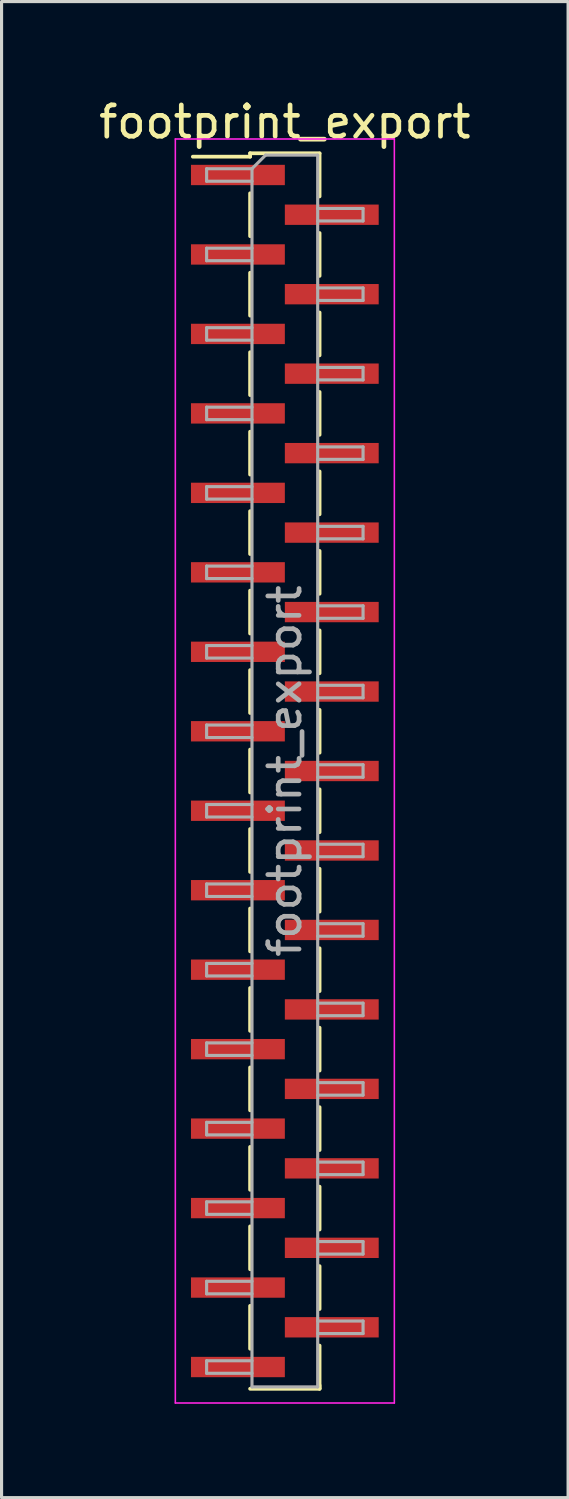
<source format=kicad_pcb>
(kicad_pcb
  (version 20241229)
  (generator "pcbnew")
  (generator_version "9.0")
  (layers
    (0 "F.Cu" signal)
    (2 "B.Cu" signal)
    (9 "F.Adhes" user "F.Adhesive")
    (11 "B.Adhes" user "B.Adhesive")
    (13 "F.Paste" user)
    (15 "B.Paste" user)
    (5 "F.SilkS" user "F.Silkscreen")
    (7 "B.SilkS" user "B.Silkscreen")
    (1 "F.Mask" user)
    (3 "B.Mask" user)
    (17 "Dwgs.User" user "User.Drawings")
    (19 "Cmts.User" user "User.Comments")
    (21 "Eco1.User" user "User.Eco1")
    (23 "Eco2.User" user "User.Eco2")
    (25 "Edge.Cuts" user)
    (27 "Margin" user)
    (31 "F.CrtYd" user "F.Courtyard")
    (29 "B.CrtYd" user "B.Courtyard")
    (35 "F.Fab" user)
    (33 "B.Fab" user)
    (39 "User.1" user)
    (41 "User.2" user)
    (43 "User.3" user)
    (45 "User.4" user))
  (footprint "footprint_export"
    (layer "F.Cu")
    (at 6.054 21.593)
    (property "Reference" "footprint_export" (at 0 -20.745 0) (layer "F.SilkS") (effects (font (size 1 1) (thickness 0.15))))
    (attr smd)
    (fp_line (start -1.11 -19.745) (end -1.11 -19.635) (stroke (width 0.12) (type solid)) (layer "F.SilkS"))
    (fp_line (start -1.11 -19.745) (end 1.11 -19.745) (stroke (width 0.12) (type solid)) (layer "F.SilkS"))
    (fp_line (start -1.11 -19.635) (end -2.94 -19.635) (stroke (width 0.12) (type solid)) (layer "F.SilkS"))
    (fp_line (start -1.11 -18.465) (end -1.11 -17.095) (stroke (width 0.12) (type solid)) (layer "F.SilkS"))
    (fp_line (start -1.11 -15.925) (end -1.11 -14.555) (stroke (width 0.12) (type solid)) (layer "F.SilkS"))
    (fp_line (start -1.11 -13.385) (end -1.11 -12.015) (stroke (width 0.12) (type solid)) (layer "F.SilkS"))
    (fp_line (start -1.11 -10.845) (end -1.11 -9.475) (stroke (width 0.12) (type solid)) (layer "F.SilkS"))
    (fp_line (start -1.11 -8.305) (end -1.11 -6.935) (stroke (width 0.12) (type solid)) (layer "F.SilkS"))
    (fp_line (start -1.11 -5.765) (end -1.11 -4.395) (stroke (width 0.12) (type solid)) (layer "F.SilkS"))
    (fp_line (start -1.11 -3.225) (end -1.11 -1.855) (stroke (width 0.12) (type solid)) (layer "F.SilkS"))
    (fp_line (start -1.11 -0.685) (end -1.11 0.685) (stroke (width 0.12) (type solid)) (layer "F.SilkS"))
    (fp_line (start -1.11 1.855) (end -1.11 3.225) (stroke (width 0.12) (type solid)) (layer "F.SilkS"))
    (fp_line (start -1.11 4.395) (end -1.11 5.765) (stroke (width 0.12) (type solid)) (layer "F.SilkS"))
    (fp_line (start -1.11 6.935) (end -1.11 8.305) (stroke (width 0.12) (type solid)) (layer "F.SilkS"))
    (fp_line (start -1.11 9.475) (end -1.11 10.845) (stroke (width 0.12) (type solid)) (layer "F.SilkS"))
    (fp_line (start -1.11 12.015) (end -1.11 13.385) (stroke (width 0.12) (type solid)) (layer "F.SilkS"))
    (fp_line (start -1.11 14.555) (end -1.11 15.925) (stroke (width 0.12) (type solid)) (layer "F.SilkS"))
    (fp_line (start -1.11 17.095) (end -1.11 18.465) (stroke (width 0.12) (type solid)) (layer "F.SilkS"))
    (fp_line (start -1.11 19.745) (end 1.11 19.745) (stroke (width 0.12) (type solid)) (layer "F.SilkS"))
    (fp_line (start 1.11 -19.735) (end 1.11 -18.365) (stroke (width 0.12) (type solid)) (layer "F.SilkS"))
    (fp_line (start 1.11 -17.195) (end 1.11 -15.825) (stroke (width 0.12) (type solid)) (layer "F.SilkS"))
    (fp_line (start 1.11 -14.655) (end 1.11 -13.285) (stroke (width 0.12) (type solid)) (layer "F.SilkS"))
    (fp_line (start 1.11 -12.115) (end 1.11 -10.745) (stroke (width 0.12) (type solid)) (layer "F.SilkS"))
    (fp_line (start 1.11 -9.575) (end 1.11 -8.205) (stroke (width 0.12) (type solid)) (layer "F.SilkS"))
    (fp_line (start 1.11 -7.035) (end 1.11 -5.665) (stroke (width 0.12) (type solid)) (layer "F.SilkS"))
    (fp_line (start 1.11 -4.495) (end 1.11 -3.125) (stroke (width 0.12) (type solid)) (layer "F.SilkS"))
    (fp_line (start 1.11 -1.955) (end 1.11 -0.585) (stroke (width 0.12) (type solid)) (layer "F.SilkS"))
    (fp_line (start 1.11 0.585) (end 1.11 1.955) (stroke (width 0.12) (type solid)) (layer "F.SilkS"))
    (fp_line (start 1.11 3.125) (end 1.11 4.495) (stroke (width 0.12) (type solid)) (layer "F.SilkS"))
    (fp_line (start 1.11 5.665) (end 1.11 7.035) (stroke (width 0.12) (type solid)) (layer "F.SilkS"))
    (fp_line (start 1.11 8.205) (end 1.11 9.575) (stroke (width 0.12) (type solid)) (layer "F.SilkS"))
    (fp_line (start 1.11 10.745) (end 1.11 12.115) (stroke (width 0.12) (type solid)) (layer "F.SilkS"))
    (fp_line (start 1.11 13.285) (end 1.11 14.655) (stroke (width 0.12) (type solid)) (layer "F.SilkS"))
    (fp_line (start 1.11 15.825) (end 1.11 17.195) (stroke (width 0.12) (type solid)) (layer "F.SilkS"))
    (fp_line (start 1.11 18.365) (end 1.11 19.735) (stroke (width 0.12) (type solid)) (layer "F.SilkS"))
    (fp_line (start 1.11 19.635) (end 1.11 19.745) (stroke (width 0.12) (type solid)) (layer "F.SilkS"))
    (fp_line (start -3.5 -20.2) (end -3.5 20.2) (stroke (width 0.05) (type solid)) (layer "F.CrtYd"))
    (fp_line (start -3.5 20.2) (end 3.5 20.2) (stroke (width 0.05) (type solid)) (layer "F.CrtYd"))
    (fp_line (start 3.5 -20.2) (end -3.5 -20.2) (stroke (width 0.05) (type solid)) (layer "F.CrtYd"))
    (fp_line (start 3.5 20.2) (end 3.5 -20.2) (stroke (width 0.05) (type solid)) (layer "F.CrtYd"))
    (fp_line (start -2.5 -19.25) (end -2.5 -18.85) (stroke (width 0.1) (type solid)) (layer "F.Fab"))
    (fp_line (start -2.5 -18.85) (end -1.05 -18.85) (stroke (width 0.1) (type solid)) (layer "F.Fab"))
    (fp_line (start -2.5 -16.71) (end -2.5 -16.31) (stroke (width 0.1) (type solid)) (layer "F.Fab"))
    (fp_line (start -2.5 -16.31) (end -1.05 -16.31) (stroke (width 0.1) (type solid)) (layer "F.Fab"))
    (fp_line (start -2.5 -14.17) (end -2.5 -13.77) (stroke (width 0.1) (type solid)) (layer "F.Fab"))
    (fp_line (start -2.5 -13.77) (end -1.05 -13.77) (stroke (width 0.1) (type solid)) (layer "F.Fab"))
    (fp_line (start -2.5 -11.63) (end -2.5 -11.23) (stroke (width 0.1) (type solid)) (layer "F.Fab"))
    (fp_line (start -2.5 -11.23) (end -1.05 -11.23) (stroke (width 0.1) (type solid)) (layer "F.Fab"))
    (fp_line (start -2.5 -9.09) (end -2.5 -8.69) (stroke (width 0.1) (type solid)) (layer "F.Fab"))
    (fp_line (start -2.5 -8.69) (end -1.05 -8.69) (stroke (width 0.1) (type solid)) (layer "F.Fab"))
    (fp_line (start -2.5 -6.55) (end -2.5 -6.15) (stroke (width 0.1) (type solid)) (layer "F.Fab"))
    (fp_line (start -2.5 -6.15) (end -1.05 -6.15) (stroke (width 0.1) (type solid)) (layer "F.Fab"))
    (fp_line (start -2.5 -4.01) (end -2.5 -3.61) (stroke (width 0.1) (type solid)) (layer "F.Fab"))
    (fp_line (start -2.5 -3.61) (end -1.05 -3.61) (stroke (width 0.1) (type solid)) (layer "F.Fab"))
    (fp_line (start -2.5 -1.47) (end -2.5 -1.07) (stroke (width 0.1) (type solid)) (layer "F.Fab"))
    (fp_line (start -2.5 -1.07) (end -1.05 -1.07) (stroke (width 0.1) (type solid)) (layer "F.Fab"))
    (fp_line (start -2.5 1.07) (end -2.5 1.47) (stroke (width 0.1) (type solid)) (layer "F.Fab"))
    (fp_line (start -2.5 1.47) (end -1.05 1.47) (stroke (width 0.1) (type solid)) (layer "F.Fab"))
    (fp_line (start -2.5 3.61) (end -2.5 4.01) (stroke (width 0.1) (type solid)) (layer "F.Fab"))
    (fp_line (start -2.5 4.01) (end -1.05 4.01) (stroke (width 0.1) (type solid)) (layer "F.Fab"))
    (fp_line (start -2.5 6.15) (end -2.5 6.55) (stroke (width 0.1) (type solid)) (layer "F.Fab"))
    (fp_line (start -2.5 6.55) (end -1.05 6.55) (stroke (width 0.1) (type solid)) (layer "F.Fab"))
    (fp_line (start -2.5 8.69) (end -2.5 9.09) (stroke (width 0.1) (type solid)) (layer "F.Fab"))
    (fp_line (start -2.5 9.09) (end -1.05 9.09) (stroke (width 0.1) (type solid)) (layer "F.Fab"))
    (fp_line (start -2.5 11.23) (end -2.5 11.63) (stroke (width 0.1) (type solid)) (layer "F.Fab"))
    (fp_line (start -2.5 11.63) (end -1.05 11.63) (stroke (width 0.1) (type solid)) (layer "F.Fab"))
    (fp_line (start -2.5 13.77) (end -2.5 14.17) (stroke (width 0.1) (type solid)) (layer "F.Fab"))
    (fp_line (start -2.5 14.17) (end -1.05 14.17) (stroke (width 0.1) (type solid)) (layer "F.Fab"))
    (fp_line (start -2.5 16.31) (end -2.5 16.71) (stroke (width 0.1) (type solid)) (layer "F.Fab"))
    (fp_line (start -2.5 16.71) (end -1.05 16.71) (stroke (width 0.1) (type solid)) (layer "F.Fab"))
    (fp_line (start -2.5 18.85) (end -2.5 19.25) (stroke (width 0.1) (type solid)) (layer "F.Fab"))
    (fp_line (start -2.5 19.25) (end -1.05 19.25) (stroke (width 0.1) (type solid)) (layer "F.Fab"))
    (fp_line (start -1.05 -19.25) (end -2.5 -19.25) (stroke (width 0.1) (type solid)) (layer "F.Fab"))
    (fp_line (start -1.05 -19.25) (end -0.615 -19.685) (stroke (width 0.1) (type solid)) (layer "F.Fab"))
    (fp_line (start -1.05 -16.71) (end -2.5 -16.71) (stroke (width 0.1) (type solid)) (layer "F.Fab"))
    (fp_line (start -1.05 -14.17) (end -2.5 -14.17) (stroke (width 0.1) (type solid)) (layer "F.Fab"))
    (fp_line (start -1.05 -11.63) (end -2.5 -11.63) (stroke (width 0.1) (type solid)) (layer "F.Fab"))
    (fp_line (start -1.05 -9.09) (end -2.5 -9.09) (stroke (width 0.1) (type solid)) (layer "F.Fab"))
    (fp_line (start -1.05 -6.55) (end -2.5 -6.55) (stroke (width 0.1) (type solid)) (layer "F.Fab"))
    (fp_line (start -1.05 -4.01) (end -2.5 -4.01) (stroke (width 0.1) (type solid)) (layer "F.Fab"))
    (fp_line (start -1.05 -1.47) (end -2.5 -1.47) (stroke (width 0.1) (type solid)) (layer "F.Fab"))
    (fp_line (start -1.05 1.07) (end -2.5 1.07) (stroke (width 0.1) (type solid)) (layer "F.Fab"))
    (fp_line (start -1.05 3.61) (end -2.5 3.61) (stroke (width 0.1) (type solid)) (layer "F.Fab"))
    (fp_line (start -1.05 6.15) (end -2.5 6.15) (stroke (width 0.1) (type solid)) (layer "F.Fab"))
    (fp_line (start -1.05 8.69) (end -2.5 8.69) (stroke (width 0.1) (type solid)) (layer "F.Fab"))
    (fp_line (start -1.05 11.23) (end -2.5 11.23) (stroke (width 0.1) (type solid)) (layer "F.Fab"))
    (fp_line (start -1.05 13.77) (end -2.5 13.77) (stroke (width 0.1) (type solid)) (layer "F.Fab"))
    (fp_line (start -1.05 16.31) (end -2.5 16.31) (stroke (width 0.1) (type solid)) (layer "F.Fab"))
    (fp_line (start -1.05 18.85) (end -2.5 18.85) (stroke (width 0.1) (type solid)) (layer "F.Fab"))
    (fp_line (start -1.05 19.685) (end -1.05 -19.25) (stroke (width 0.1) (type solid)) (layer "F.Fab"))
    (fp_line (start -0.615 -19.685) (end 1.05 -19.685) (stroke (width 0.1) (type solid)) (layer "F.Fab"))
    (fp_line (start 1.05 -19.685) (end 1.05 19.685) (stroke (width 0.1) (type solid)) (layer "F.Fab"))
    (fp_line (start 1.05 -17.98) (end 2.5 -17.98) (stroke (width 0.1) (type solid)) (layer "F.Fab"))
    (fp_line (start 1.05 -15.44) (end 2.5 -15.44) (stroke (width 0.1) (type solid)) (layer "F.Fab"))
    (fp_line (start 1.05 -12.9) (end 2.5 -12.9) (stroke (width 0.1) (type solid)) (layer "F.Fab"))
    (fp_line (start 1.05 -10.36) (end 2.5 -10.36) (stroke (width 0.1) (type solid)) (layer "F.Fab"))
    (fp_line (start 1.05 -7.82) (end 2.5 -7.82) (stroke (width 0.1) (type solid)) (layer "F.Fab"))
    (fp_line (start 1.05 -5.28) (end 2.5 -5.28) (stroke (width 0.1) (type solid)) (layer "F.Fab"))
    (fp_line (start 1.05 -2.74) (end 2.5 -2.74) (stroke (width 0.1) (type solid)) (layer "F.Fab"))
    (fp_line (start 1.05 -0.2) (end 2.5 -0.2) (stroke (width 0.1) (type solid)) (layer "F.Fab"))
    (fp_line (start 1.05 2.34) (end 2.5 2.34) (stroke (width 0.1) (type solid)) (layer "F.Fab"))
    (fp_line (start 1.05 4.88) (end 2.5 4.88) (stroke (width 0.1) (type solid)) (layer "F.Fab"))
    (fp_line (start 1.05 7.42) (end 2.5 7.42) (stroke (width 0.1) (type solid)) (layer "F.Fab"))
    (fp_line (start 1.05 9.96) (end 2.5 9.96) (stroke (width 0.1) (type solid)) (layer "F.Fab"))
    (fp_line (start 1.05 12.5) (end 2.5 12.5) (stroke (width 0.1) (type solid)) (layer "F.Fab"))
    (fp_line (start 1.05 15.04) (end 2.5 15.04) (stroke (width 0.1) (type solid)) (layer "F.Fab"))
    (fp_line (start 1.05 17.58) (end 2.5 17.58) (stroke (width 0.1) (type solid)) (layer "F.Fab"))
    (fp_line (start 1.05 19.685) (end -1.05 19.685) (stroke (width 0.1) (type solid)) (layer "F.Fab"))
    (fp_line (start 2.5 -17.98) (end 2.5 -17.58) (stroke (width 0.1) (type solid)) (layer "F.Fab"))
    (fp_line (start 2.5 -17.58) (end 1.05 -17.58) (stroke (width 0.1) (type solid)) (layer "F.Fab"))
    (fp_line (start 2.5 -15.44) (end 2.5 -15.04) (stroke (width 0.1) (type solid)) (layer "F.Fab"))
    (fp_line (start 2.5 -15.04) (end 1.05 -15.04) (stroke (width 0.1) (type solid)) (layer "F.Fab"))
    (fp_line (start 2.5 -12.9) (end 2.5 -12.5) (stroke (width 0.1) (type solid)) (layer "F.Fab"))
    (fp_line (start 2.5 -12.5) (end 1.05 -12.5) (stroke (width 0.1) (type solid)) (layer "F.Fab"))
    (fp_line (start 2.5 -10.36) (end 2.5 -9.96) (stroke (width 0.1) (type solid)) (layer "F.Fab"))
    (fp_line (start 2.5 -9.96) (end 1.05 -9.96) (stroke (width 0.1) (type solid)) (layer "F.Fab"))
    (fp_line (start 2.5 -7.82) (end 2.5 -7.42) (stroke (width 0.1) (type solid)) (layer "F.Fab"))
    (fp_line (start 2.5 -7.42) (end 1.05 -7.42) (stroke (width 0.1) (type solid)) (layer "F.Fab"))
    (fp_line (start 2.5 -5.28) (end 2.5 -4.88) (stroke (width 0.1) (type solid)) (layer "F.Fab"))
    (fp_line (start 2.5 -4.88) (end 1.05 -4.88) (stroke (width 0.1) (type solid)) (layer "F.Fab"))
    (fp_line (start 2.5 -2.74) (end 2.5 -2.34) (stroke (width 0.1) (type solid)) (layer "F.Fab"))
    (fp_line (start 2.5 -2.34) (end 1.05 -2.34) (stroke (width 0.1) (type solid)) (layer "F.Fab"))
    (fp_line (start 2.5 -0.2) (end 2.5 0.2) (stroke (width 0.1) (type solid)) (layer "F.Fab"))
    (fp_line (start 2.5 0.2) (end 1.05 0.2) (stroke (width 0.1) (type solid)) (layer "F.Fab"))
    (fp_line (start 2.5 2.34) (end 2.5 2.74) (stroke (width 0.1) (type solid)) (layer "F.Fab"))
    (fp_line (start 2.5 2.74) (end 1.05 2.74) (stroke (width 0.1) (type solid)) (layer "F.Fab"))
    (fp_line (start 2.5 4.88) (end 2.5 5.28) (stroke (width 0.1) (type solid)) (layer "F.Fab"))
    (fp_line (start 2.5 5.28) (end 1.05 5.28) (stroke (width 0.1) (type solid)) (layer "F.Fab"))
    (fp_line (start 2.5 7.42) (end 2.5 7.82) (stroke (width 0.1) (type solid)) (layer "F.Fab"))
    (fp_line (start 2.5 7.82) (end 1.05 7.82) (stroke (width 0.1) (type solid)) (layer "F.Fab"))
    (fp_line (start 2.5 9.96) (end 2.5 10.36) (stroke (width 0.1) (type solid)) (layer "F.Fab"))
    (fp_line (start 2.5 10.36) (end 1.05 10.36) (stroke (width 0.1) (type solid)) (layer "F.Fab"))
    (fp_line (start 2.5 12.5) (end 2.5 12.9) (stroke (width 0.1) (type solid)) (layer "F.Fab"))
    (fp_line (start 2.5 12.9) (end 1.05 12.9) (stroke (width 0.1) (type solid)) (layer "F.Fab"))
    (fp_line (start 2.5 15.04) (end 2.5 15.44) (stroke (width 0.1) (type solid)) (layer "F.Fab"))
    (fp_line (start 2.5 15.44) (end 1.05 15.44) (stroke (width 0.1) (type solid)) (layer "F.Fab"))
    (fp_line (start 2.5 17.58) (end 2.5 17.98) (stroke (width 0.1) (type solid)) (layer "F.Fab"))
    (fp_line (start 2.5 17.98) (end 1.05 17.98) (stroke (width 0.1) (type solid)) (layer "F.Fab"))
    (fp_text user "${REFERENCE}" (at 0 0 90) (layer "F.Fab") (effects (font (size 1 1) (thickness 0.15))))
    (pad "1" smd rect (at -1.5 -19.05) (size 3 0.65) (layers "F.Cu" "F.Mask" "F.Paste"))
    (pad "2" smd rect (at 1.5 -17.78) (size 3 0.65) (layers "F.Cu" "F.Mask" "F.Paste"))
    (pad "3" smd rect (at -1.5 -16.51) (size 3 0.65) (layers "F.Cu" "F.Mask" "F.Paste"))
    (pad "4" smd rect (at 1.5 -15.24) (size 3 0.65) (layers "F.Cu" "F.Mask" "F.Paste"))
    (pad "5" smd rect (at -1.5 -13.97) (size 3 0.65) (layers "F.Cu" "F.Mask" "F.Paste"))
    (pad "6" smd rect (at 1.5 -12.7) (size 3 0.65) (layers "F.Cu" "F.Mask" "F.Paste"))
    (pad "7" smd rect (at -1.5 -11.43) (size 3 0.65) (layers "F.Cu" "F.Mask" "F.Paste"))
    (pad "8" smd rect (at 1.5 -10.16) (size 3 0.65) (layers "F.Cu" "F.Mask" "F.Paste"))
    (pad "9" smd rect (at -1.5 -8.89) (size 3 0.65) (layers "F.Cu" "F.Mask" "F.Paste"))
    (pad "10" smd rect (at 1.5 -7.62) (size 3 0.65) (layers "F.Cu" "F.Mask" "F.Paste"))
    (pad "11" smd rect (at -1.5 -6.35) (size 3 0.65) (layers "F.Cu" "F.Mask" "F.Paste"))
    (pad "12" smd rect (at 1.5 -5.08) (size 3 0.65) (layers "F.Cu" "F.Mask" "F.Paste"))
    (pad "13" smd rect (at -1.5 -3.81) (size 3 0.65) (layers "F.Cu" "F.Mask" "F.Paste"))
    (pad "14" smd rect (at 1.5 -2.54) (size 3 0.65) (layers "F.Cu" "F.Mask" "F.Paste"))
    (pad "15" smd rect (at -1.5 -1.27) (size 3 0.65) (layers "F.Cu" "F.Mask" "F.Paste"))
    (pad "16" smd rect (at 1.5 0) (size 3 0.65) (layers "F.Cu" "F.Mask" "F.Paste"))
    (pad "17" smd rect (at -1.5 1.27) (size 3 0.65) (layers "F.Cu" "F.Mask" "F.Paste"))
    (pad "18" smd rect (at 1.5 2.54) (size 3 0.65) (layers "F.Cu" "F.Mask" "F.Paste"))
    (pad "19" smd rect (at -1.5 3.81) (size 3 0.65) (layers "F.Cu" "F.Mask" "F.Paste"))
    (pad "20" smd rect (at 1.5 5.08) (size 3 0.65) (layers "F.Cu" "F.Mask" "F.Paste"))
    (pad "21" smd rect (at -1.5 6.35) (size 3 0.65) (layers "F.Cu" "F.Mask" "F.Paste"))
    (pad "22" smd rect (at 1.5 7.62) (size 3 0.65) (layers "F.Cu" "F.Mask" "F.Paste"))
    (pad "23" smd rect (at -1.5 8.89) (size 3 0.65) (layers "F.Cu" "F.Mask" "F.Paste"))
    (pad "24" smd rect (at 1.5 10.16) (size 3 0.65) (layers "F.Cu" "F.Mask" "F.Paste"))
    (pad "25" smd rect (at -1.5 11.43) (size 3 0.65) (layers "F.Cu" "F.Mask" "F.Paste"))
    (pad "26" smd rect (at 1.5 12.7) (size 3 0.65) (layers "F.Cu" "F.Mask" "F.Paste"))
    (pad "27" smd rect (at -1.5 13.97) (size 3 0.65) (layers "F.Cu" "F.Mask" "F.Paste"))
    (pad "28" smd rect (at 1.5 15.24) (size 3 0.65) (layers "F.Cu" "F.Mask" "F.Paste"))
    (pad "29" smd rect (at -1.5 16.51) (size 3 0.65) (layers "F.Cu" "F.Mask" "F.Paste"))
    (pad "30" smd rect (at 1.5 17.78) (size 3 0.65) (layers "F.Cu" "F.Mask" "F.Paste"))
    (pad "31" smd rect (at -1.5 19.05) (size 3 0.65) (layers "F.Cu" "F.Mask" "F.Paste")))
  (gr_rect
    (start -3 -3)
    (end 15.107 44.818)
    (stroke (width 0.1) (type default))
    (fill no)
    (layer "Edge.Cuts")))
</source>
